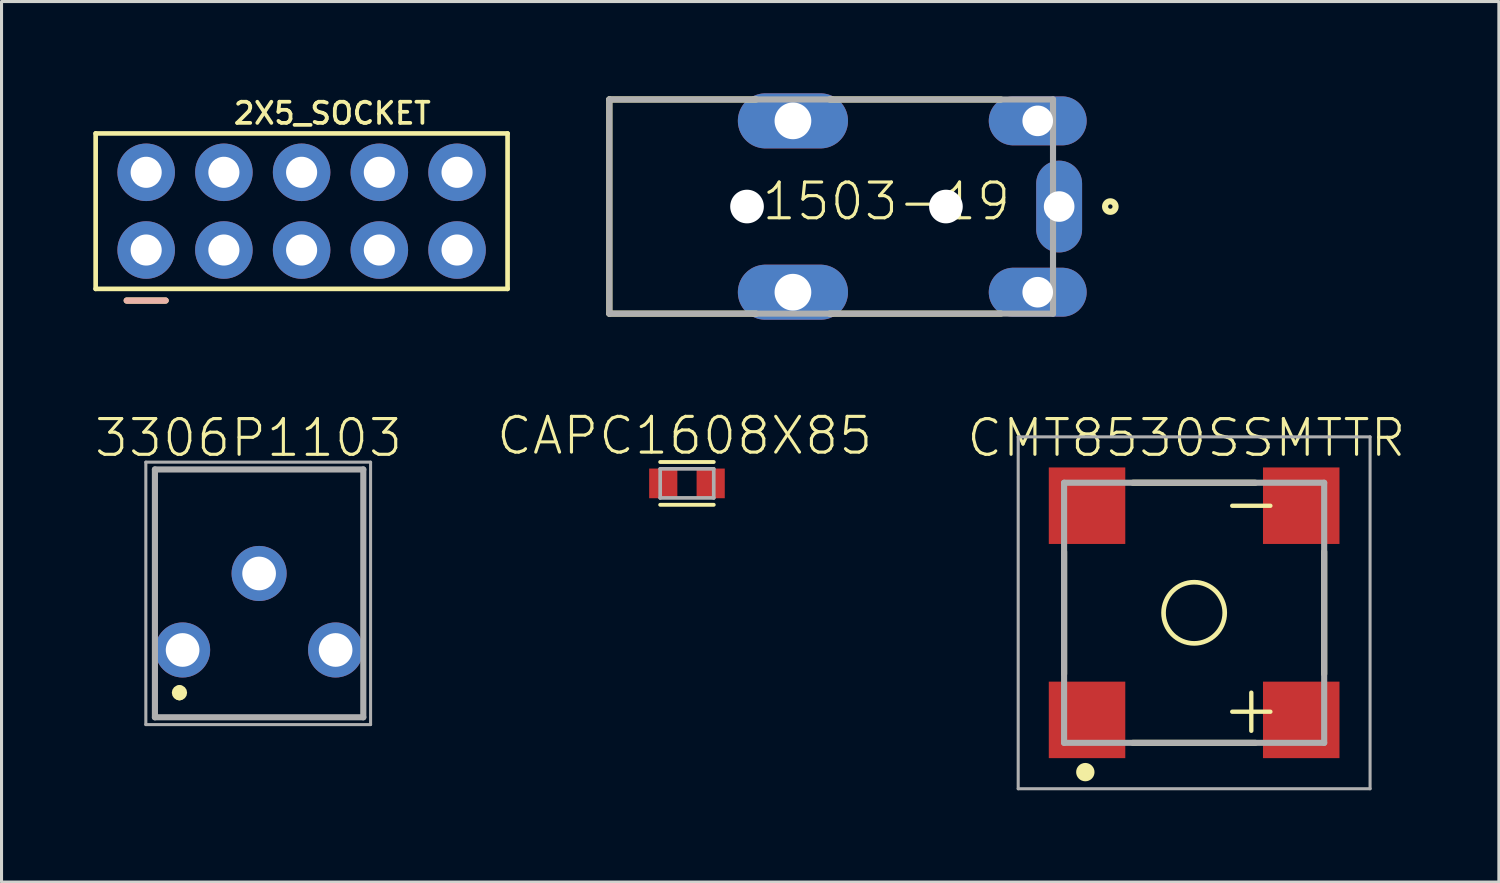
<source format=kicad_pcb>
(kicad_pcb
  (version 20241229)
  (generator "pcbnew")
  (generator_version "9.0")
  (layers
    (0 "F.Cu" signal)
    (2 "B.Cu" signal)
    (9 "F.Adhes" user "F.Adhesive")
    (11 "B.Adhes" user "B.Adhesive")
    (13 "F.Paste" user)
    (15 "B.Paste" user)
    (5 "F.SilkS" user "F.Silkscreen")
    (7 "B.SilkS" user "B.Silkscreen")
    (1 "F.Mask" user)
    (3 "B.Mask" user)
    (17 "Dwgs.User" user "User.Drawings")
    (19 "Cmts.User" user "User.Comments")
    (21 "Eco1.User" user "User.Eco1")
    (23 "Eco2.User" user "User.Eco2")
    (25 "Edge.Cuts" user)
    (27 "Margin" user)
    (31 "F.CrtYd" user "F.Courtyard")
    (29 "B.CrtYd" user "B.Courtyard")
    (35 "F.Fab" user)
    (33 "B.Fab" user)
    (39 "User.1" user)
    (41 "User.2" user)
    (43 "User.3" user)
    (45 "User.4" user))
  (footprint "3306P1103"
    (layer "F.Cu")
    (at 5.418 15.692)
    (property "Reference" "3306P1103" (at -0.347 -4.43 0) (layer "F.SilkS") (effects (font (size 1.168 1.168) (thickness 0.102))))
    (fp_line (start -3.405 -3.4) (end 3.405 -3.4) (stroke (width 0.1) (type solid)) (layer "F.SilkS"))
    (fp_line (start -3.405 1.6) (end -3.405 -3.4) (stroke (width 0.1) (type solid)) (layer "F.SilkS"))
    (fp_line (start -3.405 3.6) (end -3.405 4.7) (stroke (width 0.1) (type solid)) (layer "F.SilkS"))
    (fp_line (start -3.405 4.7) (end 3.405 4.7) (stroke (width 0.1) (type solid)) (layer "F.SilkS"))
    (fp_line (start 3.405 -3.4) (end 3.405 1.6) (stroke (width 0.1) (type solid)) (layer "F.SilkS"))
    (fp_line (start 3.405 4.7) (end 3.405 3.6) (stroke (width 0.1) (type solid)) (layer "F.SilkS"))
    (fp_arc (start -2.603 3.797) (mid -2.503 3.897) (end -2.603 3.997) (stroke (width 0.3) (type solid)) (layer "F.SilkS"))
    (fp_arc (start -2.603 3.997) (mid -2.703 3.897) (end -2.603 3.797) (stroke (width 0.3) (type solid)) (layer "F.SilkS"))
    (fp_line (start -3.702 -3.638) (end 3.643 -3.638) (stroke (width 0.1) (type solid)) (layer "F.Fab"))
    (fp_line (start -3.702 4.938) (end -3.702 -3.638) (stroke (width 0.1) (type solid)) (layer "F.Fab"))
    (fp_line (start -3.405 -3.4) (end 3.405 -3.4) (stroke (width 0.2) (type solid)) (layer "F.Fab"))
    (fp_line (start -3.405 4.7) (end -3.405 -3.4) (stroke (width 0.2) (type solid)) (layer "F.Fab"))
    (fp_line (start 3.405 -3.4) (end 3.405 4.7) (stroke (width 0.2) (type solid)) (layer "F.Fab"))
    (fp_line (start 3.405 4.7) (end -3.405 4.7) (stroke (width 0.2) (type solid)) (layer "F.Fab"))
    (fp_line (start 3.643 -3.638) (end 3.643 4.938) (stroke (width 0.1) (type solid)) (layer "F.Fab"))
    (fp_line (start 3.643 4.938) (end -3.702 4.938) (stroke (width 0.1) (type solid)) (layer "F.Fab"))
    (pad "1" thru_hole circle (at -2.5 2.5) (size 1.8 1.8) (drill 1.1) (layers "*.Cu" "*.Mask"))
    (pad "2" thru_hole circle (at 0 0) (size 1.8 1.8) (drill 1.1) (layers "*.Cu" "*.Mask"))
    (pad "3" thru_hole circle (at 2.5 2.5) (size 1.8 1.8) (drill 1.1) (layers "*.Cu" "*.Mask")))
  (footprint "CMT8530SSMTTR"
    (layer "F.Cu")
    (at 35.976 16.977)
    (property "Reference" "CMT8530SSMTTR" (at -0.254 -5.715 0) (layer "F.SilkS") (effects (font (size 1.168 1.168) (thickness 0.102))))
    (fp_line (start -4.25 -2) (end -4.25 2) (stroke (width 0.2) (type solid)) (layer "F.SilkS"))
    (fp_line (start -2 -4.25) (end 2 -4.25) (stroke (width 0.2) (type solid)) (layer "F.SilkS"))
    (fp_line (start -2 4.25) (end 2 4.25) (stroke (width 0.2) (type solid)) (layer "F.SilkS"))
    (fp_line (start 4.25 -2) (end 4.25 2) (stroke (width 0.2) (type solid)) (layer "F.SilkS"))
    (fp_circle (center -3.556 5.207) (end -3.406 5.207) (stroke (width 0.3) (type solid)) (fill no) (layer "F.SilkS"))
    (fp_circle (center 0 0) (end 1 0) (stroke (width 0.152) (type solid)) (fill no) (layer "F.SilkS"))
    (fp_line (start -5.75 -5.75) (end 5.75 -5.75) (stroke (width 0.1) (type solid)) (layer "F.Fab"))
    (fp_line (start -5.75 5.75) (end -5.75 -5.75) (stroke (width 0.1) (type solid)) (layer "F.Fab"))
    (fp_line (start -4.25 -4.25) (end 4.25 -4.25) (stroke (width 0.2) (type solid)) (layer "F.Fab"))
    (fp_line (start -4.25 4.25) (end -4.25 -4.25) (stroke (width 0.2) (type solid)) (layer "F.Fab"))
    (fp_line (start 4.25 -4.25) (end 4.25 4.25) (stroke (width 0.2) (type solid)) (layer "F.Fab"))
    (fp_line (start 4.25 4.25) (end -4.25 4.25) (stroke (width 0.2) (type solid)) (layer "F.Fab"))
    (fp_line (start 5.75 -5.75) (end 5.75 5.75) (stroke (width 0.1) (type solid)) (layer "F.Fab"))
    (fp_line (start 5.75 5.75) (end -5.75 5.75) (stroke (width 0.1) (type solid)) (layer "F.Fab"))
    (fp_text user "-" (at 0.762 -2.667 0) (layer "F.SilkS") (effects (font (size 1.636 1.636) (thickness 0.142)) (justify left bottom)))
    (fp_text user "+" (at 0.762 4.064 0) (layer "F.SilkS") (effects (font (size 1.636 1.636) (thickness 0.142)) (justify left bottom)))
    (pad "1" smd rect (at -3.5 3.5) (size 2.5 2.5) (layers "F.Cu" "F.Mask" "F.Paste"))
    (pad "2" smd rect (at 3.5 3.5) (size 2.5 2.5) (layers "F.Cu" "F.Mask" "F.Paste"))
    (pad "3" smd rect (at 3.5 -3.5) (size 2.5 2.5) (layers "F.Cu" "F.Mask" "F.Paste"))
    (pad "4" smd rect (at -3.5 -3.5) (size 2.5 2.5) (layers "F.Cu" "F.Mask" "F.Paste")))
  (footprint "2X5_SOCKET"
    (layer "F.Cu")
    (at 1.727 5.121)
    (property "Reference" "2X5_SOCKET" (at 2.794 -4.064 0) (layer "F.SilkS") (effects (font (size 0.691 0.691) (thickness 0.122)) (justify left bottom)))
    (fp_line (start -1.651 -3.81) (end -1.651 1.27) (stroke (width 0.152) (type solid)) (layer "F.SilkS"))
    (fp_line (start -1.651 -3.81) (end 11.811 -3.81) (stroke (width 0.152) (type solid)) (layer "F.SilkS"))
    (fp_line (start -1.651 1.27) (end 11.811 1.27) (stroke (width 0.152) (type solid)) (layer "F.SilkS"))
    (fp_line (start -0.635 1.651) (end 0.635 1.651) (stroke (width 0.203) (type solid)) (layer "F.SilkS"))
    (fp_line (start 11.811 -3.81) (end 11.811 1.27) (stroke (width 0.152) (type solid)) (layer "F.SilkS"))
    (fp_line (start -0.635 1.651) (end 0.635 1.651) (stroke (width 0.203) (type solid)) (layer "B.SilkS"))
    (fp_poly (pts (xy 0.254 -2.286) (xy 0.254 -2.794) (xy -0.254 -2.794) (xy -0.254 -2.286)) (stroke (width 0.1) (type solid)) (fill no) (layer "F.Fab"))
    (fp_poly (pts (xy 0.254 0.254) (xy 0.254 -0.254) (xy -0.254 -0.254) (xy -0.254 0.254)) (stroke (width 0.1) (type solid)) (fill no) (layer "F.Fab"))
    (fp_poly (pts (xy 2.794 -2.286) (xy 2.794 -2.794) (xy 2.286 -2.794) (xy 2.286 -2.286)) (stroke (width 0.1) (type solid)) (fill no) (layer "F.Fab"))
    (fp_poly (pts (xy 2.794 0.254) (xy 2.794 -0.254) (xy 2.286 -0.254) (xy 2.286 0.254)) (stroke (width 0.1) (type solid)) (fill no) (layer "F.Fab"))
    (fp_poly (pts (xy 5.334 -2.286) (xy 5.334 -2.794) (xy 4.826 -2.794) (xy 4.826 -2.286)) (stroke (width 0.1) (type solid)) (fill no) (layer "F.Fab"))
    (fp_poly (pts (xy 5.334 0.254) (xy 5.334 -0.254) (xy 4.826 -0.254) (xy 4.826 0.254)) (stroke (width 0.1) (type solid)) (fill no) (layer "F.Fab"))
    (fp_poly (pts (xy 7.874 -2.286) (xy 7.874 -2.794) (xy 7.366 -2.794) (xy 7.366 -2.286)) (stroke (width 0.1) (type solid)) (fill no) (layer "F.Fab"))
    (fp_poly (pts (xy 7.874 0.254) (xy 7.874 -0.254) (xy 7.366 -0.254) (xy 7.366 0.254)) (stroke (width 0.1) (type solid)) (fill no) (layer "F.Fab"))
    (fp_poly (pts (xy 10.414 -2.286) (xy 10.414 -2.794) (xy 9.906 -2.794) (xy 9.906 -2.286)) (stroke (width 0.1) (type solid)) (fill no) (layer "F.Fab"))
    (fp_poly (pts (xy 10.414 0.254) (xy 10.414 -0.254) (xy 9.906 -0.254) (xy 9.906 0.254)) (stroke (width 0.1) (type solid)) (fill no) (layer "F.Fab"))
    (pad "1" thru_hole circle (at 0 0) (size 1.88 1.88) (drill 1.016) (layers "*.Cu" "*.Mask"))
    (pad "2" thru_hole circle (at 0 -2.54) (size 1.88 1.88) (drill 1.016) (layers "*.Cu" "*.Mask"))
    (pad "3" thru_hole circle (at 2.54 0) (size 1.88 1.88) (drill 1.016) (layers "*.Cu" "*.Mask"))
    (pad "4" thru_hole circle (at 2.54 -2.54) (size 1.88 1.88) (drill 1.016) (layers "*.Cu" "*.Mask"))
    (pad "5" thru_hole circle (at 5.08 0) (size 1.88 1.88) (drill 1.016) (layers "*.Cu" "*.Mask"))
    (pad "6" thru_hole circle (at 5.08 -2.54) (size 1.88 1.88) (drill 1.016) (layers "*.Cu" "*.Mask"))
    (pad "7" thru_hole circle (at 7.62 0) (size 1.88 1.88) (drill 1.016) (layers "*.Cu" "*.Mask"))
    (pad "8" thru_hole circle (at 7.62 -2.54) (size 1.88 1.88) (drill 1.016) (layers "*.Cu" "*.Mask"))
    (pad "9" thru_hole circle (at 10.16 0) (size 1.88 1.88) (drill 1.016) (layers "*.Cu" "*.Mask"))
    (pad "10" thru_hole circle (at 10.16 -2.54) (size 1.88 1.88) (drill 1.016) (layers "*.Cu" "*.Mask")))
  (footprint "1503-19"
    (layer "F.Cu")
    (at 16.864 3.7)
    (property "Reference" "1503-19" (at 9.053 -0.168 0) (layer "F.SilkS") (effects (font (size 1.168 1.168) (thickness 0.102))))
    (fp_line (start 0 -3.5) (end 0 3.5) (stroke (width 0.2) (type solid)) (layer "F.SilkS"))
    (fp_line (start 0 -3.5) (end 4.8 -3.5) (stroke (width 0.2) (type solid)) (layer "F.SilkS"))
    (fp_line (start 0 3.5) (end 4.8 3.5) (stroke (width 0.2) (type solid)) (layer "F.SilkS"))
    (fp_line (start 7.2 -3.5) (end 12.8 -3.5) (stroke (width 0.2) (type solid)) (layer "F.SilkS"))
    (fp_line (start 7.2 3.5) (end 12.8 3.5) (stroke (width 0.2) (type solid)) (layer "F.SilkS"))
    (fp_circle (center 16.373 0.001) (end 16.445 0.001) (stroke (width 0.2) (type solid)) (fill no) (layer "F.SilkS"))
    (fp_line (start 0 -3.5) (end 14.5 -3.5) (stroke (width 0.2) (type solid)) (layer "F.Fab"))
    (fp_line (start 0 3.5) (end 0 -3.5) (stroke (width 0.2) (type solid)) (layer "F.Fab"))
    (fp_line (start 14.5 -3.5) (end 14.5 3.5) (stroke (width 0.2) (type solid)) (layer "F.Fab"))
    (fp_line (start 14.5 3.5) (end 0 3.5) (stroke (width 0.2) (type solid)) (layer "F.Fab"))
    (pad "" np_thru_hole circle (at 4.5 0) (size 1.1 1.1) (drill 1.1) (layers "*.Cu" "*.Mask"))
    (pad "" np_thru_hole circle (at 11 0) (size 1.1 1.1) (drill 1.1) (layers "*.Cu" "*.Mask"))
    (pad "1" thru_hole oval (at 14.7 0 90) (size 3 1.5) (drill 1) (layers "*.Cu" "*.Mask"))
    (pad "2" thru_hole oval (at 14 -2.8) (size 3.2 1.6) (drill 1) (layers "*.Cu" "*.Mask"))
    (pad "3" thru_hole oval (at 14 2.8) (size 3.2 1.6) (drill 1) (layers "*.Cu" "*.Mask"))
    (pad "4" thru_hole oval (at 6 -2.8) (size 3.6 1.8) (drill 1.2) (layers "*.Cu" "*.Mask"))
    (pad "5" thru_hole oval (at 6 2.8) (size 3.6 1.8) (drill 1.2) (layers "*.Cu" "*.Mask")))
  (footprint "CAPC1608X85"
    (layer "F.Cu")
    (at 19.401 12.748)
    (property "Reference" "CAPC1608X85" (at -0.076 -0.875 0) (layer "F.SilkS") (effects (font (size 1.168 1.168) (thickness 0.102)) (justify bottom)))
    (fp_line (start 0.875 -0.699) (end -0.875 -0.699) (stroke (width 0.127) (type solid)) (layer "F.SilkS"))
    (fp_line (start 0.875 0.699) (end -0.875 0.699) (stroke (width 0.127) (type solid)) (layer "F.SilkS"))
    (fp_line (start -0.875 -0.475) (end 0.875 -0.475) (stroke (width 0.12) (type solid)) (layer "F.Fab"))
    (fp_line (start -0.875 0.475) (end -0.875 -0.475) (stroke (width 0.12) (type solid)) (layer "F.Fab"))
    (fp_line (start 0.875 -0.475) (end 0.875 0.475) (stroke (width 0.12) (type solid)) (layer "F.Fab"))
    (fp_line (start 0.875 0.475) (end -0.875 0.475) (stroke (width 0.12) (type solid)) (layer "F.Fab"))
    (pad "1" smd rect (at -0.775 0) (size 0.921 0.97) (layers "F.Cu" "F.Mask" "F.Paste"))
    (pad "2" smd rect (at 0.775 0) (size 0.921 0.97) (layers "F.Cu" "F.Mask" "F.Paste")))
  (gr_rect
    (start -3 -3)
    (end 45.935 25.777)
    (stroke (width 0.1) (type default))
    (fill no)
    (layer "Edge.Cuts")))
</source>
